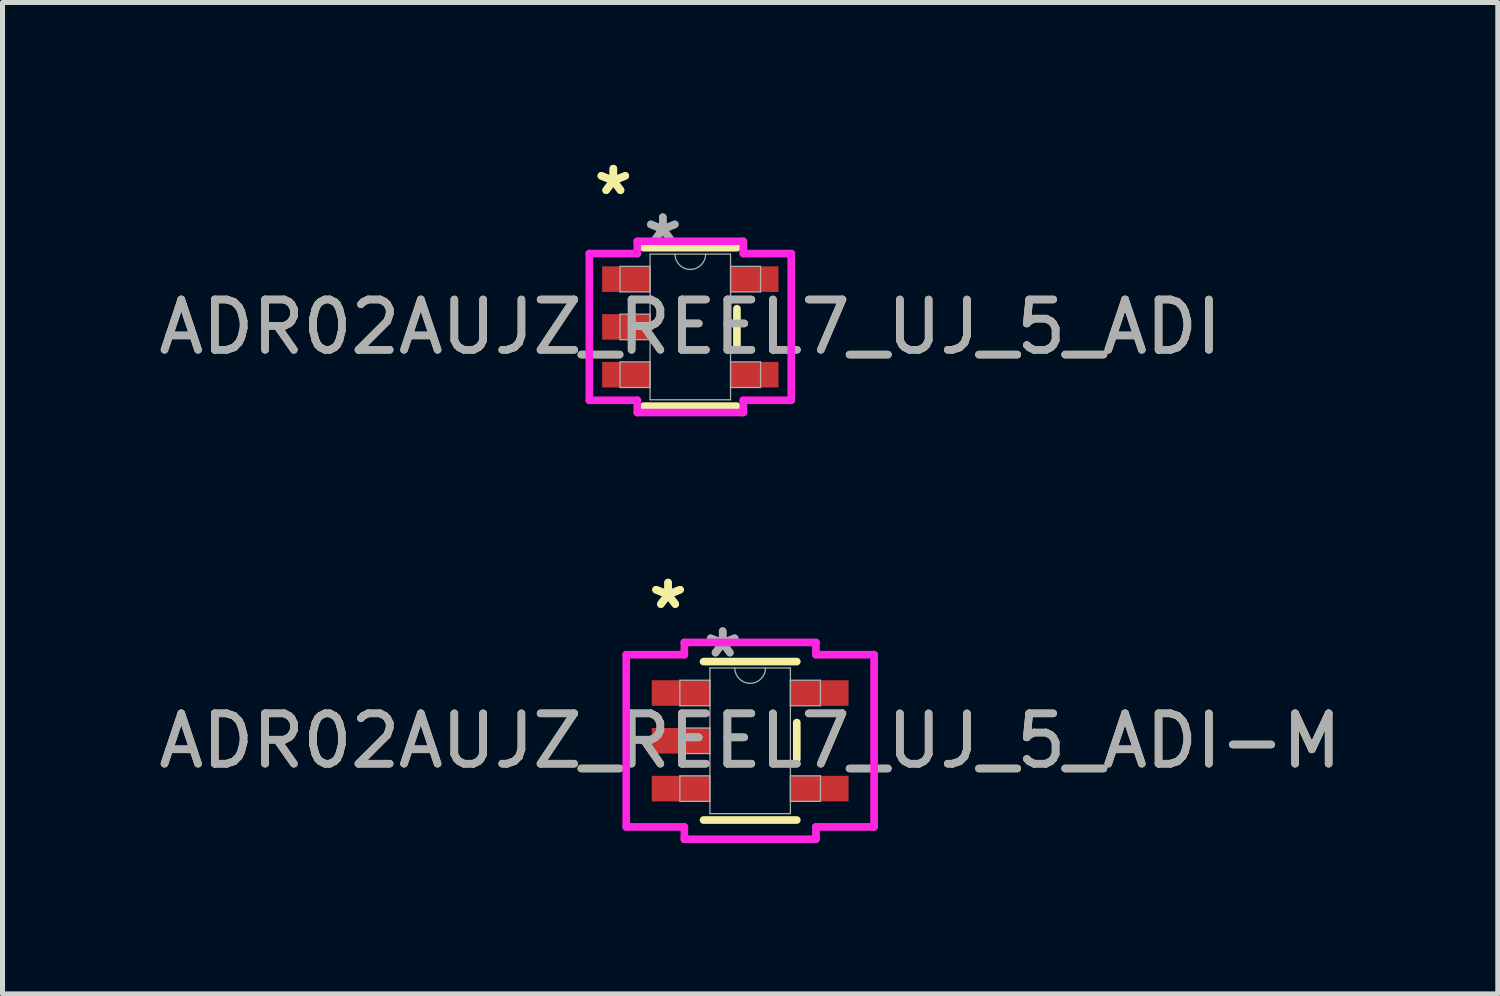
<source format=kicad_pcb>
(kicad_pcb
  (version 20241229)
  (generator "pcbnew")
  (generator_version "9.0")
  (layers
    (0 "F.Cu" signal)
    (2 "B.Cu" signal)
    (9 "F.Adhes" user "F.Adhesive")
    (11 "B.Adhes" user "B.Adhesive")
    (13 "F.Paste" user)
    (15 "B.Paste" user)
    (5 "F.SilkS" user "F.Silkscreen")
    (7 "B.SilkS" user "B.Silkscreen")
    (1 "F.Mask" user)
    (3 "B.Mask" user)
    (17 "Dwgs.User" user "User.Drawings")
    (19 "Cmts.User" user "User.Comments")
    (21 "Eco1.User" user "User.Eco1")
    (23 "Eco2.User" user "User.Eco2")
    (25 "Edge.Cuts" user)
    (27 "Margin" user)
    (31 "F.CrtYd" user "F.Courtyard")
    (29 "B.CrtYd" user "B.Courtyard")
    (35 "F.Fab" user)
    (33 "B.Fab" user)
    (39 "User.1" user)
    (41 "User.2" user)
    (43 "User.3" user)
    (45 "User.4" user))
  (footprint "ADR02AUJZ_REEL7_UJ_5_ADI-M"
    (layer "F.Cu")
    (at 11.863 11.677)
    (property "Reference" "ADR02AUJZ_REEL7_UJ_5_ADI-M" (at 0 0 0) (unlocked yes) (layer "F.SilkS") (effects (font (size 1 1) (thickness 0.15))))
    (attr smd)
    (fp_line (start -0.927 1.575) (end 0.927 1.575) (stroke (width 0.152) (type solid)) (layer "F.SilkS"))
    (fp_line (start 0.927 -1.575) (end -0.927 -1.575) (stroke (width 0.152) (type solid)) (layer "F.SilkS"))
    (fp_line (start 0.927 0.363) (end 0.927 -0.363) (stroke (width 0.152) (type solid)) (layer "F.SilkS"))
    (fp_line (start -2.464 -1.712) (end -1.308 -1.712) (stroke (width 0.152) (type solid)) (layer "F.CrtYd"))
    (fp_line (start -2.464 1.712) (end -2.464 -1.712) (stroke (width 0.152) (type solid)) (layer "F.CrtYd"))
    (fp_line (start -1.308 -1.956) (end 1.308 -1.956) (stroke (width 0.152) (type solid)) (layer "F.CrtYd"))
    (fp_line (start -1.308 -1.712) (end -1.308 -1.956) (stroke (width 0.152) (type solid)) (layer "F.CrtYd"))
    (fp_line (start -1.308 1.712) (end -2.464 1.712) (stroke (width 0.152) (type solid)) (layer "F.CrtYd"))
    (fp_line (start -1.308 1.956) (end -1.308 1.712) (stroke (width 0.152) (type solid)) (layer "F.CrtYd"))
    (fp_line (start 1.308 -1.956) (end 1.308 -1.712) (stroke (width 0.152) (type solid)) (layer "F.CrtYd"))
    (fp_line (start 1.308 -1.712) (end 2.464 -1.712) (stroke (width 0.152) (type solid)) (layer "F.CrtYd"))
    (fp_line (start 1.308 1.712) (end 1.308 1.956) (stroke (width 0.152) (type solid)) (layer "F.CrtYd"))
    (fp_line (start 1.308 1.956) (end -1.308 1.956) (stroke (width 0.152) (type solid)) (layer "F.CrtYd"))
    (fp_line (start 2.464 -1.712) (end 2.464 1.712) (stroke (width 0.152) (type solid)) (layer "F.CrtYd"))
    (fp_line (start 2.464 1.712) (end 1.308 1.712) (stroke (width 0.152) (type solid)) (layer "F.CrtYd"))
    (fp_line (start -1.397 -1.204) (end -1.397 -0.696) (stroke (width 0.025) (type solid)) (layer "F.Fab"))
    (fp_line (start -1.397 -0.696) (end -0.8 -0.696) (stroke (width 0.025) (type solid)) (layer "F.Fab"))
    (fp_line (start -1.397 -0.254) (end -1.397 0.254) (stroke (width 0.025) (type solid)) (layer "F.Fab"))
    (fp_line (start -1.397 0.254) (end -0.8 0.254) (stroke (width 0.025) (type solid)) (layer "F.Fab"))
    (fp_line (start -1.397 0.696) (end -1.397 1.204) (stroke (width 0.025) (type solid)) (layer "F.Fab"))
    (fp_line (start -1.397 1.204) (end -0.8 1.204) (stroke (width 0.025) (type solid)) (layer "F.Fab"))
    (fp_line (start -0.8 -1.448) (end -0.8 1.448) (stroke (width 0.025) (type solid)) (layer "F.Fab"))
    (fp_line (start -0.8 -1.204) (end -1.397 -1.204) (stroke (width 0.025) (type solid)) (layer "F.Fab"))
    (fp_line (start -0.8 -0.696) (end -0.8 -1.204) (stroke (width 0.025) (type solid)) (layer "F.Fab"))
    (fp_line (start -0.8 -0.254) (end -1.397 -0.254) (stroke (width 0.025) (type solid)) (layer "F.Fab"))
    (fp_line (start -0.8 0.254) (end -0.8 -0.254) (stroke (width 0.025) (type solid)) (layer "F.Fab"))
    (fp_line (start -0.8 0.696) (end -1.397 0.696) (stroke (width 0.025) (type solid)) (layer "F.Fab"))
    (fp_line (start -0.8 1.204) (end -0.8 0.696) (stroke (width 0.025) (type solid)) (layer "F.Fab"))
    (fp_line (start -0.8 1.448) (end 0.8 1.448) (stroke (width 0.025) (type solid)) (layer "F.Fab"))
    (fp_line (start 0.8 -1.448) (end -0.8 -1.448) (stroke (width 0.025) (type solid)) (layer "F.Fab"))
    (fp_line (start 0.8 -1.204) (end 0.8 -0.696) (stroke (width 0.025) (type solid)) (layer "F.Fab"))
    (fp_line (start 0.8 -0.696) (end 1.397 -0.696) (stroke (width 0.025) (type solid)) (layer "F.Fab"))
    (fp_line (start 0.8 0.696) (end 0.8 1.204) (stroke (width 0.025) (type solid)) (layer "F.Fab"))
    (fp_line (start 0.8 1.204) (end 1.397 1.204) (stroke (width 0.025) (type solid)) (layer "F.Fab"))
    (fp_line (start 0.8 1.448) (end 0.8 -1.448) (stroke (width 0.025) (type solid)) (layer "F.Fab"))
    (fp_line (start 1.397 -1.204) (end 0.8 -1.204) (stroke (width 0.025) (type solid)) (layer "F.Fab"))
    (fp_line (start 1.397 -0.696) (end 1.397 -1.204) (stroke (width 0.025) (type solid)) (layer "F.Fab"))
    (fp_line (start 1.397 0.696) (end 0.8 0.696) (stroke (width 0.025) (type solid)) (layer "F.Fab"))
    (fp_line (start 1.397 1.204) (end 1.397 0.696) (stroke (width 0.025) (type solid)) (layer "F.Fab"))
    (fp_arc (start 0.3048 -1.4478) (mid 0 -1.143) (end -0.3048 -1.4478) (stroke (width 0.0254) (type solid)) (layer "F.Fab"))
    (fp_text user "*" (at -1.632 -2.601 0) (unlocked yes) (layer "F.SilkS") (effects (font (size 1 1) (thickness 0.15))))
    (fp_text user "*" (at -1.632 -2.601 0) (layer "F.SilkS") (effects (font (size 1 1) (thickness 0.15))))
    (fp_text user "*" (at -0.546 -1.636 0) (layer "F.Fab") (effects (font (size 1 1) (thickness 0.15))))
    (fp_text user "*" (at -0.546 -1.636 0) (unlocked yes) (layer "F.Fab") (effects (font (size 1 1) (thickness 0.15))))
    (fp_text user "${REFERENCE}" (at 0 0 0) (unlocked yes) (layer "F.Fab") (effects (font (size 1 1) (thickness 0.15))))
    (pad "1" smd rect (at -1.378 -0.95) (size 1.156 0.508) (layers "F.Cu" "F.Mask" "F.Paste"))
    (pad "2" smd rect (at -1.378 0) (size 1.156 0.508) (layers "F.Cu" "F.Mask" "F.Paste"))
    (pad "3" smd rect (at -1.378 0.95) (size 1.156 0.508) (layers "F.Cu" "F.Mask" "F.Paste"))
    (pad "4" smd rect (at 1.378 0.95) (size 1.156 0.508) (layers "F.Cu" "F.Mask" "F.Paste"))
    (pad "5" smd rect (at 1.378 -0.95) (size 1.156 0.508) (layers "F.Cu" "F.Mask" "F.Paste")))
  (footprint "ADR02AUJZ_REEL7_UJ_5_ADI"
    (layer "F.Cu")
    (at 10.673 3.449)
    (property "Reference" "ADR02AUJZ_REEL7_UJ_5_ADI" (at 0 0 0) (unlocked yes) (layer "F.SilkS") (effects (font (size 1 1) (thickness 0.15))))
    (attr smd)
    (fp_line (start -0.927 1.575) (end 0.927 1.575) (stroke (width 0.152) (type solid)) (layer "F.SilkS"))
    (fp_line (start 0.927 -1.575) (end -0.927 -1.575) (stroke (width 0.152) (type solid)) (layer "F.SilkS"))
    (fp_line (start 0.927 0.363) (end 0.927 -0.363) (stroke (width 0.152) (type solid)) (layer "F.SilkS"))
    (fp_line (start -2.007 -1.458) (end -1.054 -1.458) (stroke (width 0.152) (type solid)) (layer "F.CrtYd"))
    (fp_line (start -2.007 1.458) (end -2.007 -1.458) (stroke (width 0.152) (type solid)) (layer "F.CrtYd"))
    (fp_line (start -1.054 -1.702) (end 1.054 -1.702) (stroke (width 0.152) (type solid)) (layer "F.CrtYd"))
    (fp_line (start -1.054 -1.458) (end -1.054 -1.702) (stroke (width 0.152) (type solid)) (layer "F.CrtYd"))
    (fp_line (start -1.054 1.458) (end -2.007 1.458) (stroke (width 0.152) (type solid)) (layer "F.CrtYd"))
    (fp_line (start -1.054 1.702) (end -1.054 1.458) (stroke (width 0.152) (type solid)) (layer "F.CrtYd"))
    (fp_line (start 1.054 -1.702) (end 1.054 -1.458) (stroke (width 0.152) (type solid)) (layer "F.CrtYd"))
    (fp_line (start 1.054 -1.458) (end 2.007 -1.458) (stroke (width 0.152) (type solid)) (layer "F.CrtYd"))
    (fp_line (start 1.054 1.458) (end 1.054 1.702) (stroke (width 0.152) (type solid)) (layer "F.CrtYd"))
    (fp_line (start 1.054 1.702) (end -1.054 1.702) (stroke (width 0.152) (type solid)) (layer "F.CrtYd"))
    (fp_line (start 2.007 -1.458) (end 2.007 1.458) (stroke (width 0.152) (type solid)) (layer "F.CrtYd"))
    (fp_line (start 2.007 1.458) (end 1.054 1.458) (stroke (width 0.152) (type solid)) (layer "F.CrtYd"))
    (fp_line (start -1.397 -1.204) (end -1.397 -0.696) (stroke (width 0.025) (type solid)) (layer "F.Fab"))
    (fp_line (start -1.397 -0.696) (end -0.8 -0.696) (stroke (width 0.025) (type solid)) (layer "F.Fab"))
    (fp_line (start -1.397 -0.254) (end -1.397 0.254) (stroke (width 0.025) (type solid)) (layer "F.Fab"))
    (fp_line (start -1.397 0.254) (end -0.8 0.254) (stroke (width 0.025) (type solid)) (layer "F.Fab"))
    (fp_line (start -1.397 0.696) (end -1.397 1.204) (stroke (width 0.025) (type solid)) (layer "F.Fab"))
    (fp_line (start -1.397 1.204) (end -0.8 1.204) (stroke (width 0.025) (type solid)) (layer "F.Fab"))
    (fp_line (start -0.8 -1.448) (end -0.8 1.448) (stroke (width 0.025) (type solid)) (layer "F.Fab"))
    (fp_line (start -0.8 -1.204) (end -1.397 -1.204) (stroke (width 0.025) (type solid)) (layer "F.Fab"))
    (fp_line (start -0.8 -0.696) (end -0.8 -1.204) (stroke (width 0.025) (type solid)) (layer "F.Fab"))
    (fp_line (start -0.8 -0.254) (end -1.397 -0.254) (stroke (width 0.025) (type solid)) (layer "F.Fab"))
    (fp_line (start -0.8 0.254) (end -0.8 -0.254) (stroke (width 0.025) (type solid)) (layer "F.Fab"))
    (fp_line (start -0.8 0.696) (end -1.397 0.696) (stroke (width 0.025) (type solid)) (layer "F.Fab"))
    (fp_line (start -0.8 1.204) (end -0.8 0.696) (stroke (width 0.025) (type solid)) (layer "F.Fab"))
    (fp_line (start -0.8 1.448) (end 0.8 1.448) (stroke (width 0.025) (type solid)) (layer "F.Fab"))
    (fp_line (start 0.8 -1.448) (end -0.8 -1.448) (stroke (width 0.025) (type solid)) (layer "F.Fab"))
    (fp_line (start 0.8 -1.204) (end 0.8 -0.696) (stroke (width 0.025) (type solid)) (layer "F.Fab"))
    (fp_line (start 0.8 -0.696) (end 1.397 -0.696) (stroke (width 0.025) (type solid)) (layer "F.Fab"))
    (fp_line (start 0.8 0.696) (end 0.8 1.204) (stroke (width 0.025) (type solid)) (layer "F.Fab"))
    (fp_line (start 0.8 1.204) (end 1.397 1.204) (stroke (width 0.025) (type solid)) (layer "F.Fab"))
    (fp_line (start 0.8 1.448) (end 0.8 -1.448) (stroke (width 0.025) (type solid)) (layer "F.Fab"))
    (fp_line (start 1.397 -1.204) (end 0.8 -1.204) (stroke (width 0.025) (type solid)) (layer "F.Fab"))
    (fp_line (start 1.397 -0.696) (end 1.397 -1.204) (stroke (width 0.025) (type solid)) (layer "F.Fab"))
    (fp_line (start 1.397 0.696) (end 0.8 0.696) (stroke (width 0.025) (type solid)) (layer "F.Fab"))
    (fp_line (start 1.397 1.204) (end 1.397 0.696) (stroke (width 0.025) (type solid)) (layer "F.Fab"))
    (fp_arc (start 0.3048 -1.4478) (mid 0 -1.143) (end -0.3048 -1.4478) (stroke (width 0.0254) (type solid)) (layer "F.Fab"))
    (fp_text user "*" (at -1.53 -2.601 0) (unlocked yes) (layer "F.SilkS") (effects (font (size 1 1) (thickness 0.15))))
    (fp_text user "*" (at -1.53 -2.601 0) (layer "F.SilkS") (effects (font (size 1 1) (thickness 0.15))))
    (fp_text user "*" (at -0.546 -1.636 0) (unlocked yes) (layer "F.Fab") (effects (font (size 1 1) (thickness 0.15))))
    (fp_text user "*" (at -0.546 -1.636 0) (layer "F.Fab") (effects (font (size 1 1) (thickness 0.15))))
    (fp_text user "${REFERENCE}" (at 0 0 0) (unlocked yes) (layer "F.Fab") (effects (font (size 1 1) (thickness 0.15))))
    (pad "1" smd rect (at -1.276 -0.95) (size 0.953 0.508) (layers "F.Cu" "F.Mask" "F.Paste"))
    (pad "2" smd rect (at -1.276 0) (size 0.953 0.508) (layers "F.Cu" "F.Mask" "F.Paste"))
    (pad "3" smd rect (at -1.276 0.95) (size 0.953 0.508) (layers "F.Cu" "F.Mask" "F.Paste"))
    (pad "4" smd rect (at 1.276 0.95) (size 0.953 0.508) (layers "F.Cu" "F.Mask" "F.Paste"))
    (pad "5" smd rect (at 1.276 -0.95) (size 0.953 0.508) (layers "F.Cu" "F.Mask" "F.Paste")))
  (gr_rect
    (start -3 -3)
    (end 26.726 16.709)
    (stroke (width 0.1) (type default))
    (fill no)
    (layer "Edge.Cuts")))
</source>
